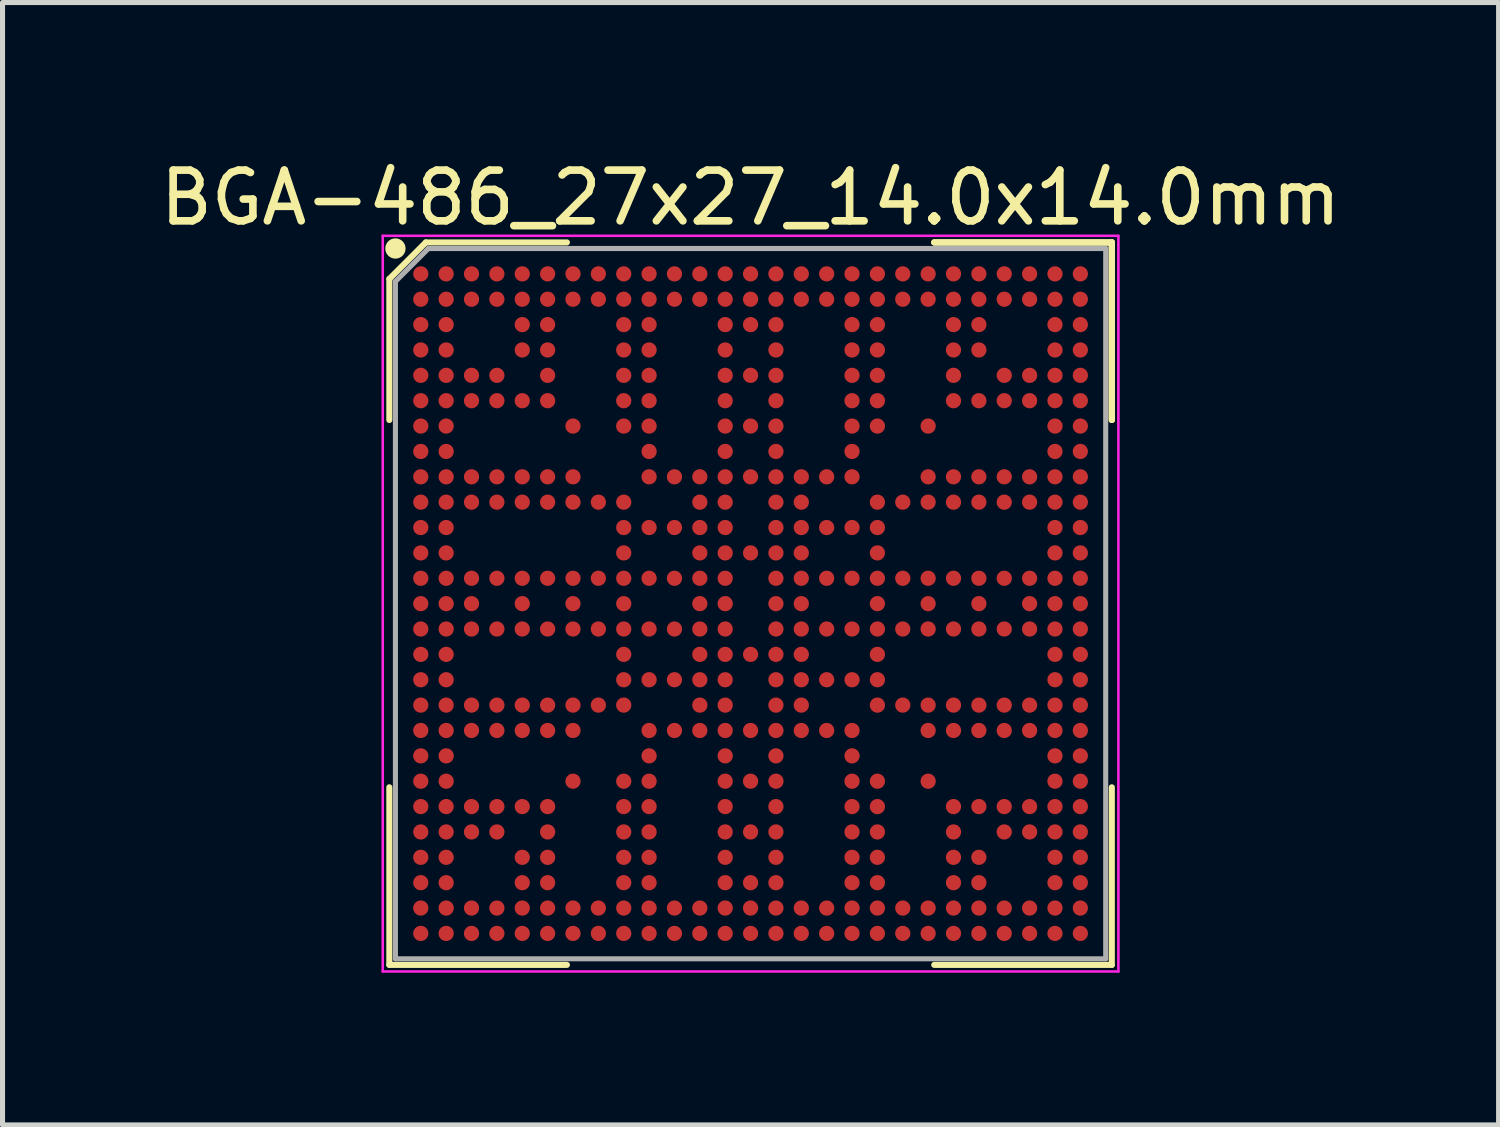
<source format=kicad_pcb>
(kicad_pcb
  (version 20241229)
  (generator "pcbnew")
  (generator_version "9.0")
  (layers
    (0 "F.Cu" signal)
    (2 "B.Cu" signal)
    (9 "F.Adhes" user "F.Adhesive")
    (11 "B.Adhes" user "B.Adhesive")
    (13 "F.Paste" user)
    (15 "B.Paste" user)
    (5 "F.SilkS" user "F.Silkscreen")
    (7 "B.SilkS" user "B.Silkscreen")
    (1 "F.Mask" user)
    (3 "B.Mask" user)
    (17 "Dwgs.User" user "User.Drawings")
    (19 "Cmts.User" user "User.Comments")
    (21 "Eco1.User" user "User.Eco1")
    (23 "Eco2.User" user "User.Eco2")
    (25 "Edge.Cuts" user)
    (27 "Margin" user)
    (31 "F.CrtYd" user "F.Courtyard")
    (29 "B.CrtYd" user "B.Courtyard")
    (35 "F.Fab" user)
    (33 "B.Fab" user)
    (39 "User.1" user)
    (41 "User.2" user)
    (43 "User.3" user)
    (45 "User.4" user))
  (footprint "BGA-486_27x27_14.0x14.0mm"
    (layer "F.Cu")
    (at 11.744 8.848)
    (property "Reference" "BGA-486_27x27_14.0x14.0mm" (at 0 -8 0) (layer "F.SilkS") (effects (font (size 1 1) (thickness 0.15))))
    (attr through_hole)
    (fp_line (start -7.12 -6.4) (end -7.12 -3.62) (stroke (width 0.12) (type solid)) (layer "F.SilkS"))
    (fp_line (start -7.12 7.12) (end -7.12 3.62) (stroke (width 0.12) (type solid)) (layer "F.SilkS"))
    (fp_line (start -6.4 -7.12) (end -7.12 -6.4) (stroke (width 0.12) (type solid)) (layer "F.SilkS"))
    (fp_line (start -3.62 -7.12) (end -6.4 -7.12) (stroke (width 0.12) (type solid)) (layer "F.SilkS"))
    (fp_line (start -3.62 7.12) (end -7.12 7.12) (stroke (width 0.12) (type solid)) (layer "F.SilkS"))
    (fp_line (start 3.62 -7.12) (end 7.12 -7.12) (stroke (width 0.12) (type solid)) (layer "F.SilkS"))
    (fp_line (start 3.62 -7.12) (end 7.12 -7.12) (stroke (width 0.12) (type solid)) (layer "F.SilkS"))
    (fp_line (start 3.62 -7.12) (end 7.12 -7.12) (stroke (width 0.12) (type solid)) (layer "F.SilkS"))
    (fp_line (start 3.62 7.12) (end 7.12 7.12) (stroke (width 0.12) (type solid)) (layer "F.SilkS"))
    (fp_line (start 7.12 -7.12) (end 7.12 -3.62) (stroke (width 0.12) (type solid)) (layer "F.SilkS"))
    (fp_line (start 7.12 -7.12) (end 7.12 -3.62) (stroke (width 0.12) (type solid)) (layer "F.SilkS"))
    (fp_line (start 7.12 -7.12) (end 7.12 -3.62) (stroke (width 0.12) (type solid)) (layer "F.SilkS"))
    (fp_line (start 7.12 7.12) (end 7.12 3.62) (stroke (width 0.12) (type solid)) (layer "F.SilkS"))
    (fp_circle (center -7 -7) (end -7 -6.9) (stroke (width 0.2) (type solid)) (fill no) (layer "F.SilkS"))
    (fp_line (start -7.25 -7.25) (end 7.25 -7.25) (stroke (width 0.05) (type solid)) (layer "F.CrtYd"))
    (fp_line (start -7.25 7.25) (end -7.25 -7.25) (stroke (width 0.05) (type solid)) (layer "F.CrtYd"))
    (fp_line (start 7.25 -7.25) (end 7.25 7.25) (stroke (width 0.05) (type solid)) (layer "F.CrtYd"))
    (fp_line (start 7.25 7.25) (end -7.25 7.25) (stroke (width 0.05) (type solid)) (layer "F.CrtYd"))
    (fp_line (start -7 -6.35) (end -7 7) (stroke (width 0.1) (type solid)) (layer "F.Fab"))
    (fp_line (start -7 7) (end 7 7) (stroke (width 0.1) (type solid)) (layer "F.Fab"))
    (fp_line (start -6.35 -7) (end -7 -6.35) (stroke (width 0.1) (type solid)) (layer "F.Fab"))
    (fp_line (start 7 -7) (end -6.35 -7) (stroke (width 0.1) (type solid)) (layer "F.Fab"))
    (fp_line (start 7 7) (end 7 -7) (stroke (width 0.1) (type solid)) (layer "F.Fab"))
    (pad "A1" smd circle (at -6.5 -6.5) (size 0.3 0.3) (layers "F.Cu" "F.Mask" "F.Paste"))
    (pad "A2" smd circle (at -6 -6.5) (size 0.3 0.3) (layers "F.Cu" "F.Mask" "F.Paste"))
    (pad "A3" smd circle (at -5.5 -6.5) (size 0.3 0.3) (layers "F.Cu" "F.Mask" "F.Paste"))
    (pad "A4" smd circle (at -5 -6.5) (size 0.3 0.3) (layers "F.Cu" "F.Mask" "F.Paste"))
    (pad "A5" smd circle (at -4.5 -6.5) (size 0.3 0.3) (layers "F.Cu" "F.Mask" "F.Paste"))
    (pad "A6" smd circle (at -4 -6.5) (size 0.3 0.3) (layers "F.Cu" "F.Mask" "F.Paste"))
    (pad "A7" smd circle (at -3.5 -6.5) (size 0.3 0.3) (layers "F.Cu" "F.Mask" "F.Paste"))
    (pad "A8" smd circle (at -3 -6.5) (size 0.3 0.3) (layers "F.Cu" "F.Mask" "F.Paste"))
    (pad "A9" smd circle (at -2.5 -6.5) (size 0.3 0.3) (layers "F.Cu" "F.Mask" "F.Paste"))
    (pad "A10" smd circle (at -2 -6.5) (size 0.3 0.3) (layers "F.Cu" "F.Mask" "F.Paste"))
    (pad "A11" smd circle (at -1.5 -6.5) (size 0.3 0.3) (layers "F.Cu" "F.Mask" "F.Paste"))
    (pad "A12" smd circle (at -1 -6.5) (size 0.3 0.3) (layers "F.Cu" "F.Mask" "F.Paste"))
    (pad "A13" smd circle (at -0.5 -6.5) (size 0.3 0.3) (layers "F.Cu" "F.Mask" "F.Paste"))
    (pad "A14" smd circle (at 0 -6.5) (size 0.3 0.3) (layers "F.Cu" "F.Mask" "F.Paste"))
    (pad "A15" smd circle (at 0.5 -6.5) (size 0.3 0.3) (layers "F.Cu" "F.Mask" "F.Paste"))
    (pad "A16" smd circle (at 1 -6.5) (size 0.3 0.3) (layers "F.Cu" "F.Mask" "F.Paste"))
    (pad "A17" smd circle (at 1.5 -6.5) (size 0.3 0.3) (layers "F.Cu" "F.Mask" "F.Paste"))
    (pad "A18" smd circle (at 2 -6.5) (size 0.3 0.3) (layers "F.Cu" "F.Mask" "F.Paste"))
    (pad "A19" smd circle (at 2.5 -6.5) (size 0.3 0.3) (layers "F.Cu" "F.Mask" "F.Paste"))
    (pad "A20" smd circle (at 3 -6.5) (size 0.3 0.3) (layers "F.Cu" "F.Mask" "F.Paste"))
    (pad "A21" smd circle (at 3.5 -6.5) (size 0.3 0.3) (layers "F.Cu" "F.Mask" "F.Paste"))
    (pad "A22" smd circle (at 4 -6.5) (size 0.3 0.3) (layers "F.Cu" "F.Mask" "F.Paste"))
    (pad "A23" smd circle (at 4.5 -6.5) (size 0.3 0.3) (layers "F.Cu" "F.Mask" "F.Paste"))
    (pad "A24" smd circle (at 5 -6.5) (size 0.3 0.3) (layers "F.Cu" "F.Mask" "F.Paste"))
    (pad "A25" smd circle (at 5.5 -6.5) (size 0.3 0.3) (layers "F.Cu" "F.Mask" "F.Paste"))
    (pad "A26" smd circle (at 6 -6.5) (size 0.3 0.3) (layers "F.Cu" "F.Mask" "F.Paste"))
    (pad "A27" smd circle (at 6.5 -6.5) (size 0.3 0.3) (layers "F.Cu" "F.Mask" "F.Paste"))
    (pad "AA1" smd circle (at -6.5 3.5) (size 0.3 0.3) (layers "F.Cu" "F.Mask" "F.Paste"))
    (pad "AA2" smd circle (at -6 3.5) (size 0.3 0.3) (layers "F.Cu" "F.Mask" "F.Paste"))
    (pad "AA7" smd circle (at -3.5 3.5) (size 0.3 0.3) (layers "F.Cu" "F.Mask" "F.Paste"))
    (pad "AA9" smd circle (at -2.5 3.5) (size 0.3 0.3) (layers "F.Cu" "F.Mask" "F.Paste"))
    (pad "AA10" smd circle (at -2 3.5) (size 0.3 0.3) (layers "F.Cu" "F.Mask" "F.Paste"))
    (pad "AA13" smd circle (at -0.5 3.5) (size 0.3 0.3) (layers "F.Cu" "F.Mask" "F.Paste"))
    (pad "AA14" smd circle (at 0 3.5) (size 0.3 0.3) (layers "F.Cu" "F.Mask" "F.Paste"))
    (pad "AA15" smd circle (at 0.5 3.5) (size 0.3 0.3) (layers "F.Cu" "F.Mask" "F.Paste"))
    (pad "AA18" smd circle (at 2 3.5) (size 0.3 0.3) (layers "F.Cu" "F.Mask" "F.Paste"))
    (pad "AA19" smd circle (at 2.5 3.5) (size 0.3 0.3) (layers "F.Cu" "F.Mask" "F.Paste"))
    (pad "AA21" smd circle (at 3.5 3.5) (size 0.3 0.3) (layers "F.Cu" "F.Mask" "F.Paste"))
    (pad "AA26" smd circle (at 6 3.5) (size 0.3 0.3) (layers "F.Cu" "F.Mask" "F.Paste"))
    (pad "AA27" smd circle (at 6.5 3.5) (size 0.3 0.3) (layers "F.Cu" "F.Mask" "F.Paste"))
    (pad "AB1" smd circle (at -6.5 4) (size 0.3 0.3) (layers "F.Cu" "F.Mask" "F.Paste"))
    (pad "AB2" smd circle (at -6 4) (size 0.3 0.3) (layers "F.Cu" "F.Mask" "F.Paste"))
    (pad "AB3" smd circle (at -5.5 4) (size 0.3 0.3) (layers "F.Cu" "F.Mask" "F.Paste"))
    (pad "AB4" smd circle (at -5 4) (size 0.3 0.3) (layers "F.Cu" "F.Mask" "F.Paste"))
    (pad "AB5" smd circle (at -4.5 4) (size 0.3 0.3) (layers "F.Cu" "F.Mask" "F.Paste"))
    (pad "AB6" smd circle (at -4 4) (size 0.3 0.3) (layers "F.Cu" "F.Mask" "F.Paste"))
    (pad "AB9" smd circle (at -2.5 4) (size 0.3 0.3) (layers "F.Cu" "F.Mask" "F.Paste"))
    (pad "AB10" smd circle (at -2 4) (size 0.3 0.3) (layers "F.Cu" "F.Mask" "F.Paste"))
    (pad "AB13" smd circle (at -0.5 4) (size 0.3 0.3) (layers "F.Cu" "F.Mask" "F.Paste"))
    (pad "AB15" smd circle (at 0.5 4) (size 0.3 0.3) (layers "F.Cu" "F.Mask" "F.Paste"))
    (pad "AB18" smd circle (at 2 4) (size 0.3 0.3) (layers "F.Cu" "F.Mask" "F.Paste"))
    (pad "AB19" smd circle (at 2.5 4) (size 0.3 0.3) (layers "F.Cu" "F.Mask" "F.Paste"))
    (pad "AB22" smd circle (at 4 4) (size 0.3 0.3) (layers "F.Cu" "F.Mask" "F.Paste"))
    (pad "AB23" smd circle (at 4.5 4) (size 0.3 0.3) (layers "F.Cu" "F.Mask" "F.Paste"))
    (pad "AB24" smd circle (at 5 4) (size 0.3 0.3) (layers "F.Cu" "F.Mask" "F.Paste"))
    (pad "AB25" smd circle (at 5.5 4) (size 0.3 0.3) (layers "F.Cu" "F.Mask" "F.Paste"))
    (pad "AB26" smd circle (at 6 4) (size 0.3 0.3) (layers "F.Cu" "F.Mask" "F.Paste"))
    (pad "AB27" smd circle (at 6.5 4) (size 0.3 0.3) (layers "F.Cu" "F.Mask" "F.Paste"))
    (pad "AC1" smd circle (at -6.5 4.5) (size 0.3 0.3) (layers "F.Cu" "F.Mask" "F.Paste"))
    (pad "AC2" smd circle (at -6 4.5) (size 0.3 0.3) (layers "F.Cu" "F.Mask" "F.Paste"))
    (pad "AC3" smd circle (at -5.5 4.5) (size 0.3 0.3) (layers "F.Cu" "F.Mask" "F.Paste"))
    (pad "AC4" smd circle (at -5 4.5) (size 0.3 0.3) (layers "F.Cu" "F.Mask" "F.Paste"))
    (pad "AC6" smd circle (at -4 4.5) (size 0.3 0.3) (layers "F.Cu" "F.Mask" "F.Paste"))
    (pad "AC9" smd circle (at -2.5 4.5) (size 0.3 0.3) (layers "F.Cu" "F.Mask" "F.Paste"))
    (pad "AC10" smd circle (at -2 4.5) (size 0.3 0.3) (layers "F.Cu" "F.Mask" "F.Paste"))
    (pad "AC13" smd circle (at -0.5 4.5) (size 0.3 0.3) (layers "F.Cu" "F.Mask" "F.Paste"))
    (pad "AC14" smd circle (at 0 4.5) (size 0.3 0.3) (layers "F.Cu" "F.Mask" "F.Paste"))
    (pad "AC15" smd circle (at 0.5 4.5) (size 0.3 0.3) (layers "F.Cu" "F.Mask" "F.Paste"))
    (pad "AC18" smd circle (at 2 4.5) (size 0.3 0.3) (layers "F.Cu" "F.Mask" "F.Paste"))
    (pad "AC19" smd circle (at 2.5 4.5) (size 0.3 0.3) (layers "F.Cu" "F.Mask" "F.Paste"))
    (pad "AC22" smd circle (at 4 4.5) (size 0.3 0.3) (layers "F.Cu" "F.Mask" "F.Paste"))
    (pad "AC24" smd circle (at 5 4.5) (size 0.3 0.3) (layers "F.Cu" "F.Mask" "F.Paste"))
    (pad "AC25" smd circle (at 5.5 4.5) (size 0.3 0.3) (layers "F.Cu" "F.Mask" "F.Paste"))
    (pad "AC26" smd circle (at 6 4.5) (size 0.3 0.3) (layers "F.Cu" "F.Mask" "F.Paste"))
    (pad "AC27" smd circle (at 6.5 4.5) (size 0.3 0.3) (layers "F.Cu" "F.Mask" "F.Paste"))
    (pad "AD1" smd circle (at -6.5 5) (size 0.3 0.3) (layers "F.Cu" "F.Mask" "F.Paste"))
    (pad "AD2" smd circle (at -6 5) (size 0.3 0.3) (layers "F.Cu" "F.Mask" "F.Paste"))
    (pad "AD5" smd circle (at -4.5 5) (size 0.3 0.3) (layers "F.Cu" "F.Mask" "F.Paste"))
    (pad "AD6" smd circle (at -4 5) (size 0.3 0.3) (layers "F.Cu" "F.Mask" "F.Paste"))
    (pad "AD9" smd circle (at -2.5 5) (size 0.3 0.3) (layers "F.Cu" "F.Mask" "F.Paste"))
    (pad "AD10" smd circle (at -2 5) (size 0.3 0.3) (layers "F.Cu" "F.Mask" "F.Paste"))
    (pad "AD13" smd circle (at -0.5 5) (size 0.3 0.3) (layers "F.Cu" "F.Mask" "F.Paste"))
    (pad "AD15" smd circle (at 0.5 5) (size 0.3 0.3) (layers "F.Cu" "F.Mask" "F.Paste"))
    (pad "AD18" smd circle (at 2 5) (size 0.3 0.3) (layers "F.Cu" "F.Mask" "F.Paste"))
    (pad "AD19" smd circle (at 2.5 5) (size 0.3 0.3) (layers "F.Cu" "F.Mask" "F.Paste"))
    (pad "AD22" smd circle (at 4 5) (size 0.3 0.3) (layers "F.Cu" "F.Mask" "F.Paste"))
    (pad "AD23" smd circle (at 4.5 5) (size 0.3 0.3) (layers "F.Cu" "F.Mask" "F.Paste"))
    (pad "AD26" smd circle (at 6 5) (size 0.3 0.3) (layers "F.Cu" "F.Mask" "F.Paste"))
    (pad "AD27" smd circle (at 6.5 5) (size 0.3 0.3) (layers "F.Cu" "F.Mask" "F.Paste"))
    (pad "AE1" smd circle (at -6.5 5.5) (size 0.3 0.3) (layers "F.Cu" "F.Mask" "F.Paste"))
    (pad "AE2" smd circle (at -6 5.5) (size 0.3 0.3) (layers "F.Cu" "F.Mask" "F.Paste"))
    (pad "AE5" smd circle (at -4.5 5.5) (size 0.3 0.3) (layers "F.Cu" "F.Mask" "F.Paste"))
    (pad "AE6" smd circle (at -4 5.5) (size 0.3 0.3) (layers "F.Cu" "F.Mask" "F.Paste"))
    (pad "AE9" smd circle (at -2.5 5.5) (size 0.3 0.3) (layers "F.Cu" "F.Mask" "F.Paste"))
    (pad "AE10" smd circle (at -2 5.5) (size 0.3 0.3) (layers "F.Cu" "F.Mask" "F.Paste"))
    (pad "AE13" smd circle (at -0.5 5.5) (size 0.3 0.3) (layers "F.Cu" "F.Mask" "F.Paste"))
    (pad "AE14" smd circle (at 0 5.5) (size 0.3 0.3) (layers "F.Cu" "F.Mask" "F.Paste"))
    (pad "AE15" smd circle (at 0.5 5.5) (size 0.3 0.3) (layers "F.Cu" "F.Mask" "F.Paste"))
    (pad "AE18" smd circle (at 2 5.5) (size 0.3 0.3) (layers "F.Cu" "F.Mask" "F.Paste"))
    (pad "AE19" smd circle (at 2.5 5.5) (size 0.3 0.3) (layers "F.Cu" "F.Mask" "F.Paste"))
    (pad "AE22" smd circle (at 4 5.5) (size 0.3 0.3) (layers "F.Cu" "F.Mask" "F.Paste"))
    (pad "AE23" smd circle (at 4.5 5.5) (size 0.3 0.3) (layers "F.Cu" "F.Mask" "F.Paste"))
    (pad "AE26" smd circle (at 6 5.5) (size 0.3 0.3) (layers "F.Cu" "F.Mask" "F.Paste"))
    (pad "AE27" smd circle (at 6.5 5.5) (size 0.3 0.3) (layers "F.Cu" "F.Mask" "F.Paste"))
    (pad "AF1" smd circle (at -6.5 6) (size 0.3 0.3) (layers "F.Cu" "F.Mask" "F.Paste"))
    (pad "AF2" smd circle (at -6 6) (size 0.3 0.3) (layers "F.Cu" "F.Mask" "F.Paste"))
    (pad "AF3" smd circle (at -5.5 6) (size 0.3 0.3) (layers "F.Cu" "F.Mask" "F.Paste"))
    (pad "AF4" smd circle (at -5 6) (size 0.3 0.3) (layers "F.Cu" "F.Mask" "F.Paste"))
    (pad "AF5" smd circle (at -4.5 6) (size 0.3 0.3) (layers "F.Cu" "F.Mask" "F.Paste"))
    (pad "AF6" smd circle (at -4 6) (size 0.3 0.3) (layers "F.Cu" "F.Mask" "F.Paste"))
    (pad "AF7" smd circle (at -3.5 6) (size 0.3 0.3) (layers "F.Cu" "F.Mask" "F.Paste"))
    (pad "AF8" smd circle (at -3 6) (size 0.3 0.3) (layers "F.Cu" "F.Mask" "F.Paste"))
    (pad "AF9" smd circle (at -2.5 6) (size 0.3 0.3) (layers "F.Cu" "F.Mask" "F.Paste"))
    (pad "AF10" smd circle (at -2 6) (size 0.3 0.3) (layers "F.Cu" "F.Mask" "F.Paste"))
    (pad "AF11" smd circle (at -1.5 6) (size 0.3 0.3) (layers "F.Cu" "F.Mask" "F.Paste"))
    (pad "AF12" smd circle (at -1 6) (size 0.3 0.3) (layers "F.Cu" "F.Mask" "F.Paste"))
    (pad "AF13" smd circle (at -0.5 6) (size 0.3 0.3) (layers "F.Cu" "F.Mask" "F.Paste"))
    (pad "AF14" smd circle (at 0 6) (size 0.3 0.3) (layers "F.Cu" "F.Mask" "F.Paste"))
    (pad "AF15" smd circle (at 0.5 6) (size 0.3 0.3) (layers "F.Cu" "F.Mask" "F.Paste"))
    (pad "AF16" smd circle (at 1 6) (size 0.3 0.3) (layers "F.Cu" "F.Mask" "F.Paste"))
    (pad "AF17" smd circle (at 1.5 6) (size 0.3 0.3) (layers "F.Cu" "F.Mask" "F.Paste"))
    (pad "AF18" smd circle (at 2 6) (size 0.3 0.3) (layers "F.Cu" "F.Mask" "F.Paste"))
    (pad "AF19" smd circle (at 2.5 6) (size 0.3 0.3) (layers "F.Cu" "F.Mask" "F.Paste"))
    (pad "AF20" smd circle (at 3 6) (size 0.3 0.3) (layers "F.Cu" "F.Mask" "F.Paste"))
    (pad "AF21" smd circle (at 3.5 6) (size 0.3 0.3) (layers "F.Cu" "F.Mask" "F.Paste"))
    (pad "AF22" smd circle (at 4 6) (size 0.3 0.3) (layers "F.Cu" "F.Mask" "F.Paste"))
    (pad "AF23" smd circle (at 4.5 6) (size 0.3 0.3) (layers "F.Cu" "F.Mask" "F.Paste"))
    (pad "AF24" smd circle (at 5 6) (size 0.3 0.3) (layers "F.Cu" "F.Mask" "F.Paste"))
    (pad "AF25" smd circle (at 5.5 6) (size 0.3 0.3) (layers "F.Cu" "F.Mask" "F.Paste"))
    (pad "AF26" smd circle (at 6 6) (size 0.3 0.3) (layers "F.Cu" "F.Mask" "F.Paste"))
    (pad "AF27" smd circle (at 6.5 6) (size 0.3 0.3) (layers "F.Cu" "F.Mask" "F.Paste"))
    (pad "AG1" smd circle (at -6.5 6.5) (size 0.3 0.3) (layers "F.Cu" "F.Mask" "F.Paste"))
    (pad "AG2" smd circle (at -6 6.5) (size 0.3 0.3) (layers "F.Cu" "F.Mask" "F.Paste"))
    (pad "AG3" smd circle (at -5.5 6.5) (size 0.3 0.3) (layers "F.Cu" "F.Mask" "F.Paste"))
    (pad "AG4" smd circle (at -5 6.5) (size 0.3 0.3) (layers "F.Cu" "F.Mask" "F.Paste"))
    (pad "AG5" smd circle (at -4.5 6.5) (size 0.3 0.3) (layers "F.Cu" "F.Mask" "F.Paste"))
    (pad "AG6" smd circle (at -4 6.5) (size 0.3 0.3) (layers "F.Cu" "F.Mask" "F.Paste"))
    (pad "AG7" smd circle (at -3.5 6.5) (size 0.3 0.3) (layers "F.Cu" "F.Mask" "F.Paste"))
    (pad "AG8" smd circle (at -3 6.5) (size 0.3 0.3) (layers "F.Cu" "F.Mask" "F.Paste"))
    (pad "AG9" smd circle (at -2.5 6.5) (size 0.3 0.3) (layers "F.Cu" "F.Mask" "F.Paste"))
    (pad "AG10" smd circle (at -2 6.5) (size 0.3 0.3) (layers "F.Cu" "F.Mask" "F.Paste"))
    (pad "AG11" smd circle (at -1.5 6.5) (size 0.3 0.3) (layers "F.Cu" "F.Mask" "F.Paste"))
    (pad "AG12" smd circle (at -1 6.5) (size 0.3 0.3) (layers "F.Cu" "F.Mask" "F.Paste"))
    (pad "AG13" smd circle (at -0.5 6.5) (size 0.3 0.3) (layers "F.Cu" "F.Mask" "F.Paste"))
    (pad "AG14" smd circle (at 0 6.5) (size 0.3 0.3) (layers "F.Cu" "F.Mask" "F.Paste"))
    (pad "AG15" smd circle (at 0.5 6.5) (size 0.3 0.3) (layers "F.Cu" "F.Mask" "F.Paste"))
    (pad "AG16" smd circle (at 1 6.5) (size 0.3 0.3) (layers "F.Cu" "F.Mask" "F.Paste"))
    (pad "AG17" smd circle (at 1.5 6.5) (size 0.3 0.3) (layers "F.Cu" "F.Mask" "F.Paste"))
    (pad "AG18" smd circle (at 2 6.5) (size 0.3 0.3) (layers "F.Cu" "F.Mask" "F.Paste"))
    (pad "AG19" smd circle (at 2.5 6.5) (size 0.3 0.3) (layers "F.Cu" "F.Mask" "F.Paste"))
    (pad "AG20" smd circle (at 3 6.5) (size 0.3 0.3) (layers "F.Cu" "F.Mask" "F.Paste"))
    (pad "AG21" smd circle (at 3.5 6.5) (size 0.3 0.3) (layers "F.Cu" "F.Mask" "F.Paste"))
    (pad "AG22" smd circle (at 4 6.5) (size 0.3 0.3) (layers "F.Cu" "F.Mask" "F.Paste"))
    (pad "AG23" smd circle (at 4.5 6.5) (size 0.3 0.3) (layers "F.Cu" "F.Mask" "F.Paste"))
    (pad "AG24" smd circle (at 5 6.5) (size 0.3 0.3) (layers "F.Cu" "F.Mask" "F.Paste"))
    (pad "AG25" smd circle (at 5.5 6.5) (size 0.3 0.3) (layers "F.Cu" "F.Mask" "F.Paste"))
    (pad "AG26" smd circle (at 6 6.5) (size 0.3 0.3) (layers "F.Cu" "F.Mask" "F.Paste"))
    (pad "AG27" smd circle (at 6.5 6.5) (size 0.3 0.3) (layers "F.Cu" "F.Mask" "F.Paste"))
    (pad "B1" smd circle (at -6.5 -6) (size 0.3 0.3) (layers "F.Cu" "F.Mask" "F.Paste"))
    (pad "B2" smd circle (at -6 -6) (size 0.3 0.3) (layers "F.Cu" "F.Mask" "F.Paste"))
    (pad "B3" smd circle (at -5.5 -6) (size 0.3 0.3) (layers "F.Cu" "F.Mask" "F.Paste"))
    (pad "B4" smd circle (at -5 -6) (size 0.3 0.3) (layers "F.Cu" "F.Mask" "F.Paste"))
    (pad "B5" smd circle (at -4.5 -6) (size 0.3 0.3) (layers "F.Cu" "F.Mask" "F.Paste"))
    (pad "B6" smd circle (at -4 -6) (size 0.3 0.3) (layers "F.Cu" "F.Mask" "F.Paste"))
    (pad "B7" smd circle (at -3.5 -6) (size 0.3 0.3) (layers "F.Cu" "F.Mask" "F.Paste"))
    (pad "B8" smd circle (at -3 -6) (size 0.3 0.3) (layers "F.Cu" "F.Mask" "F.Paste"))
    (pad "B9" smd circle (at -2.5 -6) (size 0.3 0.3) (layers "F.Cu" "F.Mask" "F.Paste"))
    (pad "B10" smd circle (at -2 -6) (size 0.3 0.3) (layers "F.Cu" "F.Mask" "F.Paste"))
    (pad "B11" smd circle (at -1.5 -6) (size 0.3 0.3) (layers "F.Cu" "F.Mask" "F.Paste"))
    (pad "B12" smd circle (at -1 -6) (size 0.3 0.3) (layers "F.Cu" "F.Mask" "F.Paste"))
    (pad "B13" smd circle (at -0.5 -6) (size 0.3 0.3) (layers "F.Cu" "F.Mask" "F.Paste"))
    (pad "B14" smd circle (at 0 -6) (size 0.3 0.3) (layers "F.Cu" "F.Mask" "F.Paste"))
    (pad "B15" smd circle (at 0.5 -6) (size 0.3 0.3) (layers "F.Cu" "F.Mask" "F.Paste"))
    (pad "B16" smd circle (at 1 -6) (size 0.3 0.3) (layers "F.Cu" "F.Mask" "F.Paste"))
    (pad "B17" smd circle (at 1.5 -6) (size 0.3 0.3) (layers "F.Cu" "F.Mask" "F.Paste"))
    (pad "B18" smd circle (at 2 -6) (size 0.3 0.3) (layers "F.Cu" "F.Mask" "F.Paste"))
    (pad "B19" smd circle (at 2.5 -6) (size 0.3 0.3) (layers "F.Cu" "F.Mask" "F.Paste"))
    (pad "B20" smd circle (at 3 -6) (size 0.3 0.3) (layers "F.Cu" "F.Mask" "F.Paste"))
    (pad "B21" smd circle (at 3.5 -6) (size 0.3 0.3) (layers "F.Cu" "F.Mask" "F.Paste"))
    (pad "B22" smd circle (at 4 -6) (size 0.3 0.3) (layers "F.Cu" "F.Mask" "F.Paste"))
    (pad "B23" smd circle (at 4.5 -6) (size 0.3 0.3) (layers "F.Cu" "F.Mask" "F.Paste"))
    (pad "B24" smd circle (at 5 -6) (size 0.3 0.3) (layers "F.Cu" "F.Mask" "F.Paste"))
    (pad "B25" smd circle (at 5.5 -6) (size 0.3 0.3) (layers "F.Cu" "F.Mask" "F.Paste"))
    (pad "B26" smd circle (at 6 -6) (size 0.3 0.3) (layers "F.Cu" "F.Mask" "F.Paste"))
    (pad "B27" smd circle (at 6.5 -6) (size 0.3 0.3) (layers "F.Cu" "F.Mask" "F.Paste"))
    (pad "C1" smd circle (at -6.5 -5.5) (size 0.3 0.3) (layers "F.Cu" "F.Mask" "F.Paste"))
    (pad "C2" smd circle (at -6 -5.5) (size 0.3 0.3) (layers "F.Cu" "F.Mask" "F.Paste"))
    (pad "C5" smd circle (at -4.5 -5.5) (size 0.3 0.3) (layers "F.Cu" "F.Mask" "F.Paste"))
    (pad "C6" smd circle (at -4 -5.5) (size 0.3 0.3) (layers "F.Cu" "F.Mask" "F.Paste"))
    (pad "C9" smd circle (at -2.5 -5.5) (size 0.3 0.3) (layers "F.Cu" "F.Mask" "F.Paste"))
    (pad "C10" smd circle (at -2 -5.5) (size 0.3 0.3) (layers "F.Cu" "F.Mask" "F.Paste"))
    (pad "C13" smd circle (at -0.5 -5.5) (size 0.3 0.3) (layers "F.Cu" "F.Mask" "F.Paste"))
    (pad "C14" smd circle (at 0 -5.5) (size 0.3 0.3) (layers "F.Cu" "F.Mask" "F.Paste"))
    (pad "C15" smd circle (at 0.5 -5.5) (size 0.3 0.3) (layers "F.Cu" "F.Mask" "F.Paste"))
    (pad "C18" smd circle (at 2 -5.5) (size 0.3 0.3) (layers "F.Cu" "F.Mask" "F.Paste"))
    (pad "C19" smd circle (at 2.5 -5.5) (size 0.3 0.3) (layers "F.Cu" "F.Mask" "F.Paste"))
    (pad "C22" smd circle (at 4 -5.5) (size 0.3 0.3) (layers "F.Cu" "F.Mask" "F.Paste"))
    (pad "C23" smd circle (at 4.5 -5.5) (size 0.3 0.3) (layers "F.Cu" "F.Mask" "F.Paste"))
    (pad "C26" smd circle (at 6 -5.5) (size 0.3 0.3) (layers "F.Cu" "F.Mask" "F.Paste"))
    (pad "C27" smd circle (at 6.5 -5.5) (size 0.3 0.3) (layers "F.Cu" "F.Mask" "F.Paste"))
    (pad "D1" smd circle (at -6.5 -5) (size 0.3 0.3) (layers "F.Cu" "F.Mask" "F.Paste"))
    (pad "D2" smd circle (at -6 -5) (size 0.3 0.3) (layers "F.Cu" "F.Mask" "F.Paste"))
    (pad "D5" smd circle (at -4.5 -5) (size 0.3 0.3) (layers "F.Cu" "F.Mask" "F.Paste"))
    (pad "D6" smd circle (at -4 -5) (size 0.3 0.3) (layers "F.Cu" "F.Mask" "F.Paste"))
    (pad "D9" smd circle (at -2.5 -5) (size 0.3 0.3) (layers "F.Cu" "F.Mask" "F.Paste"))
    (pad "D10" smd circle (at -2 -5) (size 0.3 0.3) (layers "F.Cu" "F.Mask" "F.Paste"))
    (pad "D13" smd circle (at -0.5 -5) (size 0.3 0.3) (layers "F.Cu" "F.Mask" "F.Paste"))
    (pad "D15" smd circle (at 0.5 -5) (size 0.3 0.3) (layers "F.Cu" "F.Mask" "F.Paste"))
    (pad "D18" smd circle (at 2 -5) (size 0.3 0.3) (layers "F.Cu" "F.Mask" "F.Paste"))
    (pad "D19" smd circle (at 2.5 -5) (size 0.3 0.3) (layers "F.Cu" "F.Mask" "F.Paste"))
    (pad "D22" smd circle (at 4 -5) (size 0.3 0.3) (layers "F.Cu" "F.Mask" "F.Paste"))
    (pad "D23" smd circle (at 4.5 -5) (size 0.3 0.3) (layers "F.Cu" "F.Mask" "F.Paste"))
    (pad "D26" smd circle (at 6 -5) (size 0.3 0.3) (layers "F.Cu" "F.Mask" "F.Paste"))
    (pad "D27" smd circle (at 6.5 -5) (size 0.3 0.3) (layers "F.Cu" "F.Mask" "F.Paste"))
    (pad "E1" smd circle (at -6.5 -4.5) (size 0.3 0.3) (layers "F.Cu" "F.Mask" "F.Paste"))
    (pad "E2" smd circle (at -6 -4.5) (size 0.3 0.3) (layers "F.Cu" "F.Mask" "F.Paste"))
    (pad "E3" smd circle (at -5.5 -4.5) (size 0.3 0.3) (layers "F.Cu" "F.Mask" "F.Paste"))
    (pad "E4" smd circle (at -5 -4.5) (size 0.3 0.3) (layers "F.Cu" "F.Mask" "F.Paste"))
    (pad "E6" smd circle (at -4 -4.5) (size 0.3 0.3) (layers "F.Cu" "F.Mask" "F.Paste"))
    (pad "E9" smd circle (at -2.5 -4.5) (size 0.3 0.3) (layers "F.Cu" "F.Mask" "F.Paste"))
    (pad "E10" smd circle (at -2 -4.5) (size 0.3 0.3) (layers "F.Cu" "F.Mask" "F.Paste"))
    (pad "E13" smd circle (at -0.5 -4.5) (size 0.3 0.3) (layers "F.Cu" "F.Mask" "F.Paste"))
    (pad "E14" smd circle (at 0 -4.5) (size 0.3 0.3) (layers "F.Cu" "F.Mask" "F.Paste"))
    (pad "E15" smd circle (at 0.5 -4.5) (size 0.3 0.3) (layers "F.Cu" "F.Mask" "F.Paste"))
    (pad "E18" smd circle (at 2 -4.5) (size 0.3 0.3) (layers "F.Cu" "F.Mask" "F.Paste"))
    (pad "E19" smd circle (at 2.5 -4.5) (size 0.3 0.3) (layers "F.Cu" "F.Mask" "F.Paste"))
    (pad "E22" smd circle (at 4 -4.5) (size 0.3 0.3) (layers "F.Cu" "F.Mask" "F.Paste"))
    (pad "E24" smd circle (at 5 -4.5) (size 0.3 0.3) (layers "F.Cu" "F.Mask" "F.Paste"))
    (pad "E25" smd circle (at 5.5 -4.5) (size 0.3 0.3) (layers "F.Cu" "F.Mask" "F.Paste"))
    (pad "E26" smd circle (at 6 -4.5) (size 0.3 0.3) (layers "F.Cu" "F.Mask" "F.Paste"))
    (pad "E27" smd circle (at 6.5 -4.5) (size 0.3 0.3) (layers "F.Cu" "F.Mask" "F.Paste"))
    (pad "F1" smd circle (at -6.5 -4) (size 0.3 0.3) (layers "F.Cu" "F.Mask" "F.Paste"))
    (pad "F2" smd circle (at -6 -4) (size 0.3 0.3) (layers "F.Cu" "F.Mask" "F.Paste"))
    (pad "F3" smd circle (at -5.5 -4) (size 0.3 0.3) (layers "F.Cu" "F.Mask" "F.Paste"))
    (pad "F4" smd circle (at -5 -4) (size 0.3 0.3) (layers "F.Cu" "F.Mask" "F.Paste"))
    (pad "F5" smd circle (at -4.5 -4) (size 0.3 0.3) (layers "F.Cu" "F.Mask" "F.Paste"))
    (pad "F6" smd circle (at -4 -4) (size 0.3 0.3) (layers "F.Cu" "F.Mask" "F.Paste"))
    (pad "F9" smd circle (at -2.5 -4) (size 0.3 0.3) (layers "F.Cu" "F.Mask" "F.Paste"))
    (pad "F10" smd circle (at -2 -4) (size 0.3 0.3) (layers "F.Cu" "F.Mask" "F.Paste"))
    (pad "F13" smd circle (at -0.5 -4) (size 0.3 0.3) (layers "F.Cu" "F.Mask" "F.Paste"))
    (pad "F15" smd circle (at 0.5 -4) (size 0.3 0.3) (layers "F.Cu" "F.Mask" "F.Paste"))
    (pad "F18" smd circle (at 2 -4) (size 0.3 0.3) (layers "F.Cu" "F.Mask" "F.Paste"))
    (pad "F19" smd circle (at 2.5 -4) (size 0.3 0.3) (layers "F.Cu" "F.Mask" "F.Paste"))
    (pad "F22" smd circle (at 4 -4) (size 0.3 0.3) (layers "F.Cu" "F.Mask" "F.Paste"))
    (pad "F23" smd circle (at 4.5 -4) (size 0.3 0.3) (layers "F.Cu" "F.Mask" "F.Paste"))
    (pad "F24" smd circle (at 5 -4) (size 0.3 0.3) (layers "F.Cu" "F.Mask" "F.Paste"))
    (pad "F25" smd circle (at 5.5 -4) (size 0.3 0.3) (layers "F.Cu" "F.Mask" "F.Paste"))
    (pad "F26" smd circle (at 6 -4) (size 0.3 0.3) (layers "F.Cu" "F.Mask" "F.Paste"))
    (pad "F27" smd circle (at 6.5 -4) (size 0.3 0.3) (layers "F.Cu" "F.Mask" "F.Paste"))
    (pad "G1" smd circle (at -6.5 -3.5) (size 0.3 0.3) (layers "F.Cu" "F.Mask" "F.Paste"))
    (pad "G2" smd circle (at -6 -3.5) (size 0.3 0.3) (layers "F.Cu" "F.Mask" "F.Paste"))
    (pad "G7" smd circle (at -3.5 -3.5) (size 0.3 0.3) (layers "F.Cu" "F.Mask" "F.Paste"))
    (pad "G9" smd circle (at -2.5 -3.5) (size 0.3 0.3) (layers "F.Cu" "F.Mask" "F.Paste"))
    (pad "G10" smd circle (at -2 -3.5) (size 0.3 0.3) (layers "F.Cu" "F.Mask" "F.Paste"))
    (pad "G13" smd circle (at -0.5 -3.5) (size 0.3 0.3) (layers "F.Cu" "F.Mask" "F.Paste"))
    (pad "G14" smd circle (at 0 -3.5) (size 0.3 0.3) (layers "F.Cu" "F.Mask" "F.Paste"))
    (pad "G15" smd circle (at 0.5 -3.5) (size 0.3 0.3) (layers "F.Cu" "F.Mask" "F.Paste"))
    (pad "G18" smd circle (at 2 -3.5) (size 0.3 0.3) (layers "F.Cu" "F.Mask" "F.Paste"))
    (pad "G19" smd circle (at 2.5 -3.5) (size 0.3 0.3) (layers "F.Cu" "F.Mask" "F.Paste"))
    (pad "G21" smd circle (at 3.5 -3.5) (size 0.3 0.3) (layers "F.Cu" "F.Mask" "F.Paste"))
    (pad "G26" smd circle (at 6 -3.5) (size 0.3 0.3) (layers "F.Cu" "F.Mask" "F.Paste"))
    (pad "G27" smd circle (at 6.5 -3.5) (size 0.3 0.3) (layers "F.Cu" "F.Mask" "F.Paste"))
    (pad "H1" smd circle (at -6.5 -3) (size 0.3 0.3) (layers "F.Cu" "F.Mask" "F.Paste"))
    (pad "H2" smd circle (at -6 -3) (size 0.3 0.3) (layers "F.Cu" "F.Mask" "F.Paste"))
    (pad "H10" smd circle (at -2 -3) (size 0.3 0.3) (layers "F.Cu" "F.Mask" "F.Paste"))
    (pad "H13" smd circle (at -0.5 -3) (size 0.3 0.3) (layers "F.Cu" "F.Mask" "F.Paste"))
    (pad "H15" smd circle (at 0.5 -3) (size 0.3 0.3) (layers "F.Cu" "F.Mask" "F.Paste"))
    (pad "H18" smd circle (at 2 -3) (size 0.3 0.3) (layers "F.Cu" "F.Mask" "F.Paste"))
    (pad "H26" smd circle (at 6 -3) (size 0.3 0.3) (layers "F.Cu" "F.Mask" "F.Paste"))
    (pad "H27" smd circle (at 6.5 -3) (size 0.3 0.3) (layers "F.Cu" "F.Mask" "F.Paste"))
    (pad "J1" smd circle (at -6.5 -2.5) (size 0.3 0.3) (layers "F.Cu" "F.Mask" "F.Paste"))
    (pad "J2" smd circle (at -6 -2.5) (size 0.3 0.3) (layers "F.Cu" "F.Mask" "F.Paste"))
    (pad "J3" smd circle (at -5.5 -2.5) (size 0.3 0.3) (layers "F.Cu" "F.Mask" "F.Paste"))
    (pad "J4" smd circle (at -5 -2.5) (size 0.3 0.3) (layers "F.Cu" "F.Mask" "F.Paste"))
    (pad "J5" smd circle (at -4.5 -2.5) (size 0.3 0.3) (layers "F.Cu" "F.Mask" "F.Paste"))
    (pad "J6" smd circle (at -4 -2.5) (size 0.3 0.3) (layers "F.Cu" "F.Mask" "F.Paste"))
    (pad "J7" smd circle (at -3.5 -2.5) (size 0.3 0.3) (layers "F.Cu" "F.Mask" "F.Paste"))
    (pad "J10" smd circle (at -2 -2.5) (size 0.3 0.3) (layers "F.Cu" "F.Mask" "F.Paste"))
    (pad "J11" smd circle (at -1.5 -2.5) (size 0.3 0.3) (layers "F.Cu" "F.Mask" "F.Paste"))
    (pad "J12" smd circle (at -1 -2.5) (size 0.3 0.3) (layers "F.Cu" "F.Mask" "F.Paste"))
    (pad "J13" smd circle (at -0.5 -2.5) (size 0.3 0.3) (layers "F.Cu" "F.Mask" "F.Paste"))
    (pad "J14" smd circle (at 0 -2.5) (size 0.3 0.3) (layers "F.Cu" "F.Mask" "F.Paste"))
    (pad "J15" smd circle (at 0.5 -2.5) (size 0.3 0.3) (layers "F.Cu" "F.Mask" "F.Paste"))
    (pad "J16" smd circle (at 1 -2.5) (size 0.3 0.3) (layers "F.Cu" "F.Mask" "F.Paste"))
    (pad "J17" smd circle (at 1.5 -2.5) (size 0.3 0.3) (layers "F.Cu" "F.Mask" "F.Paste"))
    (pad "J18" smd circle (at 2 -2.5) (size 0.3 0.3) (layers "F.Cu" "F.Mask" "F.Paste"))
    (pad "J21" smd circle (at 3.5 -2.5) (size 0.3 0.3) (layers "F.Cu" "F.Mask" "F.Paste"))
    (pad "J22" smd circle (at 4 -2.5) (size 0.3 0.3) (layers "F.Cu" "F.Mask" "F.Paste"))
    (pad "J23" smd circle (at 4.5 -2.5) (size 0.3 0.3) (layers "F.Cu" "F.Mask" "F.Paste"))
    (pad "J24" smd circle (at 5 -2.5) (size 0.3 0.3) (layers "F.Cu" "F.Mask" "F.Paste"))
    (pad "J25" smd circle (at 5.5 -2.5) (size 0.3 0.3) (layers "F.Cu" "F.Mask" "F.Paste"))
    (pad "J26" smd circle (at 6 -2.5) (size 0.3 0.3) (layers "F.Cu" "F.Mask" "F.Paste"))
    (pad "J27" smd circle (at 6.5 -2.5) (size 0.3 0.3) (layers "F.Cu" "F.Mask" "F.Paste"))
    (pad "K1" smd circle (at -6.5 -2) (size 0.3 0.3) (layers "F.Cu" "F.Mask" "F.Paste"))
    (pad "K2" smd circle (at -6 -2) (size 0.3 0.3) (layers "F.Cu" "F.Mask" "F.Paste"))
    (pad "K3" smd circle (at -5.5 -2) (size 0.3 0.3) (layers "F.Cu" "F.Mask" "F.Paste"))
    (pad "K4" smd circle (at -5 -2) (size 0.3 0.3) (layers "F.Cu" "F.Mask" "F.Paste"))
    (pad "K5" smd circle (at -4.5 -2) (size 0.3 0.3) (layers "F.Cu" "F.Mask" "F.Paste"))
    (pad "K6" smd circle (at -4 -2) (size 0.3 0.3) (layers "F.Cu" "F.Mask" "F.Paste"))
    (pad "K7" smd circle (at -3.5 -2) (size 0.3 0.3) (layers "F.Cu" "F.Mask" "F.Paste"))
    (pad "K8" smd circle (at -3 -2) (size 0.3 0.3) (layers "F.Cu" "F.Mask" "F.Paste"))
    (pad "K9" smd circle (at -2.5 -2) (size 0.3 0.3) (layers "F.Cu" "F.Mask" "F.Paste"))
    (pad "K12" smd circle (at -1 -2) (size 0.3 0.3) (layers "F.Cu" "F.Mask" "F.Paste"))
    (pad "K13" smd circle (at -0.5 -2) (size 0.3 0.3) (layers "F.Cu" "F.Mask" "F.Paste"))
    (pad "K15" smd circle (at 0.5 -2) (size 0.3 0.3) (layers "F.Cu" "F.Mask" "F.Paste"))
    (pad "K16" smd circle (at 1 -2) (size 0.3 0.3) (layers "F.Cu" "F.Mask" "F.Paste"))
    (pad "K19" smd circle (at 2.5 -2) (size 0.3 0.3) (layers "F.Cu" "F.Mask" "F.Paste"))
    (pad "K20" smd circle (at 3 -2) (size 0.3 0.3) (layers "F.Cu" "F.Mask" "F.Paste"))
    (pad "K21" smd circle (at 3.5 -2) (size 0.3 0.3) (layers "F.Cu" "F.Mask" "F.Paste"))
    (pad "K22" smd circle (at 4 -2) (size 0.3 0.3) (layers "F.Cu" "F.Mask" "F.Paste"))
    (pad "K23" smd circle (at 4.5 -2) (size 0.3 0.3) (layers "F.Cu" "F.Mask" "F.Paste"))
    (pad "K24" smd circle (at 5 -2) (size 0.3 0.3) (layers "F.Cu" "F.Mask" "F.Paste"))
    (pad "K25" smd circle (at 5.5 -2) (size 0.3 0.3) (layers "F.Cu" "F.Mask" "F.Paste"))
    (pad "K26" smd circle (at 6 -2) (size 0.3 0.3) (layers "F.Cu" "F.Mask" "F.Paste"))
    (pad "K27" smd circle (at 6.5 -2) (size 0.3 0.3) (layers "F.Cu" "F.Mask" "F.Paste"))
    (pad "L1" smd circle (at -6.5 -1.5) (size 0.3 0.3) (layers "F.Cu" "F.Mask" "F.Paste"))
    (pad "L2" smd circle (at -6 -1.5) (size 0.3 0.3) (layers "F.Cu" "F.Mask" "F.Paste"))
    (pad "L9" smd circle (at -2.5 -1.5) (size 0.3 0.3) (layers "F.Cu" "F.Mask" "F.Paste"))
    (pad "L10" smd circle (at -2 -1.5) (size 0.3 0.3) (layers "F.Cu" "F.Mask" "F.Paste"))
    (pad "L11" smd circle (at -1.5 -1.5) (size 0.3 0.3) (layers "F.Cu" "F.Mask" "F.Paste"))
    (pad "L12" smd circle (at -1 -1.5) (size 0.3 0.3) (layers "F.Cu" "F.Mask" "F.Paste"))
    (pad "L13" smd circle (at -0.5 -1.5) (size 0.3 0.3) (layers "F.Cu" "F.Mask" "F.Paste"))
    (pad "L15" smd circle (at 0.5 -1.5) (size 0.3 0.3) (layers "F.Cu" "F.Mask" "F.Paste"))
    (pad "L16" smd circle (at 1 -1.5) (size 0.3 0.3) (layers "F.Cu" "F.Mask" "F.Paste"))
    (pad "L17" smd circle (at 1.5 -1.5) (size 0.3 0.3) (layers "F.Cu" "F.Mask" "F.Paste"))
    (pad "L18" smd circle (at 2 -1.5) (size 0.3 0.3) (layers "F.Cu" "F.Mask" "F.Paste"))
    (pad "L19" smd circle (at 2.5 -1.5) (size 0.3 0.3) (layers "F.Cu" "F.Mask" "F.Paste"))
    (pad "L26" smd circle (at 6 -1.5) (size 0.3 0.3) (layers "F.Cu" "F.Mask" "F.Paste"))
    (pad "L27" smd circle (at 6.5 -1.5) (size 0.3 0.3) (layers "F.Cu" "F.Mask" "F.Paste"))
    (pad "M1" smd circle (at -6.5 -1) (size 0.3 0.3) (layers "F.Cu" "F.Mask" "F.Paste"))
    (pad "M2" smd circle (at -6 -1) (size 0.3 0.3) (layers "F.Cu" "F.Mask" "F.Paste"))
    (pad "M9" smd circle (at -2.5 -1) (size 0.3 0.3) (layers "F.Cu" "F.Mask" "F.Paste"))
    (pad "M12" smd circle (at -1 -1) (size 0.3 0.3) (layers "F.Cu" "F.Mask" "F.Paste"))
    (pad "M13" smd circle (at -0.5 -1) (size 0.3 0.3) (layers "F.Cu" "F.Mask" "F.Paste"))
    (pad "M14" smd circle (at 0 -1) (size 0.3 0.3) (layers "F.Cu" "F.Mask" "F.Paste"))
    (pad "M15" smd circle (at 0.5 -1) (size 0.3 0.3) (layers "F.Cu" "F.Mask" "F.Paste"))
    (pad "M16" smd circle (at 1 -1) (size 0.3 0.3) (layers "F.Cu" "F.Mask" "F.Paste"))
    (pad "M19" smd circle (at 2.5 -1) (size 0.3 0.3) (layers "F.Cu" "F.Mask" "F.Paste"))
    (pad "M26" smd circle (at 6 -1) (size 0.3 0.3) (layers "F.Cu" "F.Mask" "F.Paste"))
    (pad "M27" smd circle (at 6.5 -1) (size 0.3 0.3) (layers "F.Cu" "F.Mask" "F.Paste"))
    (pad "N1" smd circle (at -6.5 -0.5) (size 0.3 0.3) (layers "F.Cu" "F.Mask" "F.Paste"))
    (pad "N2" smd circle (at -6 -0.5) (size 0.3 0.3) (layers "F.Cu" "F.Mask" "F.Paste"))
    (pad "N3" smd circle (at -5.5 -0.5) (size 0.3 0.3) (layers "F.Cu" "F.Mask" "F.Paste"))
    (pad "N4" smd circle (at -5 -0.5) (size 0.3 0.3) (layers "F.Cu" "F.Mask" "F.Paste"))
    (pad "N5" smd circle (at -4.5 -0.5) (size 0.3 0.3) (layers "F.Cu" "F.Mask" "F.Paste"))
    (pad "N6" smd circle (at -4 -0.5) (size 0.3 0.3) (layers "F.Cu" "F.Mask" "F.Paste"))
    (pad "N7" smd circle (at -3.5 -0.5) (size 0.3 0.3) (layers "F.Cu" "F.Mask" "F.Paste"))
    (pad "N8" smd circle (at -3 -0.5) (size 0.3 0.3) (layers "F.Cu" "F.Mask" "F.Paste"))
    (pad "N9" smd circle (at -2.5 -0.5) (size 0.3 0.3) (layers "F.Cu" "F.Mask" "F.Paste"))
    (pad "N10" smd circle (at -2 -0.5) (size 0.3 0.3) (layers "F.Cu" "F.Mask" "F.Paste"))
    (pad "N11" smd circle (at -1.5 -0.5) (size 0.3 0.3) (layers "F.Cu" "F.Mask" "F.Paste"))
    (pad "N12" smd circle (at -1 -0.5) (size 0.3 0.3) (layers "F.Cu" "F.Mask" "F.Paste"))
    (pad "N13" smd circle (at -0.5 -0.5) (size 0.3 0.3) (layers "F.Cu" "F.Mask" "F.Paste"))
    (pad "N15" smd circle (at 0.5 -0.5) (size 0.3 0.3) (layers "F.Cu" "F.Mask" "F.Paste"))
    (pad "N16" smd circle (at 1 -0.5) (size 0.3 0.3) (layers "F.Cu" "F.Mask" "F.Paste"))
    (pad "N17" smd circle (at 1.5 -0.5) (size 0.3 0.3) (layers "F.Cu" "F.Mask" "F.Paste"))
    (pad "N18" smd circle (at 2 -0.5) (size 0.3 0.3) (layers "F.Cu" "F.Mask" "F.Paste"))
    (pad "N19" smd circle (at 2.5 -0.5) (size 0.3 0.3) (layers "F.Cu" "F.Mask" "F.Paste"))
    (pad "N20" smd circle (at 3 -0.5) (size 0.3 0.3) (layers "F.Cu" "F.Mask" "F.Paste"))
    (pad "N21" smd circle (at 3.5 -0.5) (size 0.3 0.3) (layers "F.Cu" "F.Mask" "F.Paste"))
    (pad "N22" smd circle (at 4 -0.5) (size 0.3 0.3) (layers "F.Cu" "F.Mask" "F.Paste"))
    (pad "N23" smd circle (at 4.5 -0.5) (size 0.3 0.3) (layers "F.Cu" "F.Mask" "F.Paste"))
    (pad "N24" smd circle (at 5 -0.5) (size 0.3 0.3) (layers "F.Cu" "F.Mask" "F.Paste"))
    (pad "N25" smd circle (at 5.5 -0.5) (size 0.3 0.3) (layers "F.Cu" "F.Mask" "F.Paste"))
    (pad "N26" smd circle (at 6 -0.5) (size 0.3 0.3) (layers "F.Cu" "F.Mask" "F.Paste"))
    (pad "N27" smd circle (at 6.5 -0.5) (size 0.3 0.3) (layers "F.Cu" "F.Mask" "F.Paste"))
    (pad "P1" smd circle (at -6.5 0) (size 0.3 0.3) (layers "F.Cu" "F.Mask" "F.Paste"))
    (pad "P2" smd circle (at -6 0) (size 0.3 0.3) (layers "F.Cu" "F.Mask" "F.Paste"))
    (pad "P3" smd circle (at -5.5 0) (size 0.3 0.3) (layers "F.Cu" "F.Mask" "F.Paste"))
    (pad "P5" smd circle (at -4.5 0) (size 0.3 0.3) (layers "F.Cu" "F.Mask" "F.Paste"))
    (pad "P7" smd circle (at -3.5 0) (size 0.3 0.3) (layers "F.Cu" "F.Mask" "F.Paste"))
    (pad "P9" smd circle (at -2.5 0) (size 0.3 0.3) (layers "F.Cu" "F.Mask" "F.Paste"))
    (pad "P12" smd circle (at -1 0) (size 0.3 0.3) (layers "F.Cu" "F.Mask" "F.Paste"))
    (pad "P13" smd circle (at -0.5 0) (size 0.3 0.3) (layers "F.Cu" "F.Mask" "F.Paste"))
    (pad "P15" smd circle (at 0.5 0) (size 0.3 0.3) (layers "F.Cu" "F.Mask" "F.Paste"))
    (pad "P16" smd circle (at 1 0) (size 0.3 0.3) (layers "F.Cu" "F.Mask" "F.Paste"))
    (pad "P19" smd circle (at 2.5 0) (size 0.3 0.3) (layers "F.Cu" "F.Mask" "F.Paste"))
    (pad "P21" smd circle (at 3.5 0) (size 0.3 0.3) (layers "F.Cu" "F.Mask" "F.Paste"))
    (pad "P23" smd circle (at 4.5 0) (size 0.3 0.3) (layers "F.Cu" "F.Mask" "F.Paste"))
    (pad "P25" smd circle (at 5.5 0) (size 0.3 0.3) (layers "F.Cu" "F.Mask" "F.Paste"))
    (pad "P26" smd circle (at 6 0) (size 0.3 0.3) (layers "F.Cu" "F.Mask" "F.Paste"))
    (pad "P27" smd circle (at 6.5 0) (size 0.3 0.3) (layers "F.Cu" "F.Mask" "F.Paste"))
    (pad "R1" smd circle (at -6.5 0.5) (size 0.3 0.3) (layers "F.Cu" "F.Mask" "F.Paste"))
    (pad "R2" smd circle (at -6 0.5) (size 0.3 0.3) (layers "F.Cu" "F.Mask" "F.Paste"))
    (pad "R3" smd circle (at -5.5 0.5) (size 0.3 0.3) (layers "F.Cu" "F.Mask" "F.Paste"))
    (pad "R4" smd circle (at -5 0.5) (size 0.3 0.3) (layers "F.Cu" "F.Mask" "F.Paste"))
    (pad "R5" smd circle (at -4.5 0.5) (size 0.3 0.3) (layers "F.Cu" "F.Mask" "F.Paste"))
    (pad "R6" smd circle (at -4 0.5) (size 0.3 0.3) (layers "F.Cu" "F.Mask" "F.Paste"))
    (pad "R7" smd circle (at -3.5 0.5) (size 0.3 0.3) (layers "F.Cu" "F.Mask" "F.Paste"))
    (pad "R8" smd circle (at -3 0.5) (size 0.3 0.3) (layers "F.Cu" "F.Mask" "F.Paste"))
    (pad "R9" smd circle (at -2.5 0.5) (size 0.3 0.3) (layers "F.Cu" "F.Mask" "F.Paste"))
    (pad "R10" smd circle (at -2 0.5) (size 0.3 0.3) (layers "F.Cu" "F.Mask" "F.Paste"))
    (pad "R11" smd circle (at -1.5 0.5) (size 0.3 0.3) (layers "F.Cu" "F.Mask" "F.Paste"))
    (pad "R12" smd circle (at -1 0.5) (size 0.3 0.3) (layers "F.Cu" "F.Mask" "F.Paste"))
    (pad "R13" smd circle (at -0.5 0.5) (size 0.3 0.3) (layers "F.Cu" "F.Mask" "F.Paste"))
    (pad "R15" smd circle (at 0.5 0.5) (size 0.3 0.3) (layers "F.Cu" "F.Mask" "F.Paste"))
    (pad "R16" smd circle (at 1 0.5) (size 0.3 0.3) (layers "F.Cu" "F.Mask" "F.Paste"))
    (pad "R17" smd circle (at 1.5 0.5) (size 0.3 0.3) (layers "F.Cu" "F.Mask" "F.Paste"))
    (pad "R18" smd circle (at 2 0.5) (size 0.3 0.3) (layers "F.Cu" "F.Mask" "F.Paste"))
    (pad "R19" smd circle (at 2.5 0.5) (size 0.3 0.3) (layers "F.Cu" "F.Mask" "F.Paste"))
    (pad "R20" smd circle (at 3 0.5) (size 0.3 0.3) (layers "F.Cu" "F.Mask" "F.Paste"))
    (pad "R21" smd circle (at 3.5 0.5) (size 0.3 0.3) (layers "F.Cu" "F.Mask" "F.Paste"))
    (pad "R22" smd circle (at 4 0.5) (size 0.3 0.3) (layers "F.Cu" "F.Mask" "F.Paste"))
    (pad "R23" smd circle (at 4.5 0.5) (size 0.3 0.3) (layers "F.Cu" "F.Mask" "F.Paste"))
    (pad "R24" smd circle (at 5 0.5) (size 0.3 0.3) (layers "F.Cu" "F.Mask" "F.Paste"))
    (pad "R25" smd circle (at 5.5 0.5) (size 0.3 0.3) (layers "F.Cu" "F.Mask" "F.Paste"))
    (pad "R26" smd circle (at 6 0.5) (size 0.3 0.3) (layers "F.Cu" "F.Mask" "F.Paste"))
    (pad "R27" smd circle (at 6.5 0.5) (size 0.3 0.3) (layers "F.Cu" "F.Mask" "F.Paste"))
    (pad "T1" smd circle (at -6.5 1) (size 0.3 0.3) (layers "F.Cu" "F.Mask" "F.Paste"))
    (pad "T2" smd circle (at -6 1) (size 0.3 0.3) (layers "F.Cu" "F.Mask" "F.Paste"))
    (pad "T9" smd circle (at -2.5 1) (size 0.3 0.3) (layers "F.Cu" "F.Mask" "F.Paste"))
    (pad "T12" smd circle (at -1 1) (size 0.3 0.3) (layers "F.Cu" "F.Mask" "F.Paste"))
    (pad "T13" smd circle (at -0.5 1) (size 0.3 0.3) (layers "F.Cu" "F.Mask" "F.Paste"))
    (pad "T14" smd circle (at 0 1) (size 0.3 0.3) (layers "F.Cu" "F.Mask" "F.Paste"))
    (pad "T15" smd circle (at 0.5 1) (size 0.3 0.3) (layers "F.Cu" "F.Mask" "F.Paste"))
    (pad "T16" smd circle (at 1 1) (size 0.3 0.3) (layers "F.Cu" "F.Mask" "F.Paste"))
    (pad "T19" smd circle (at 2.5 1) (size 0.3 0.3) (layers "F.Cu" "F.Mask" "F.Paste"))
    (pad "T26" smd circle (at 6 1) (size 0.3 0.3) (layers "F.Cu" "F.Mask" "F.Paste"))
    (pad "T27" smd circle (at 6.5 1) (size 0.3 0.3) (layers "F.Cu" "F.Mask" "F.Paste"))
    (pad "U1" smd circle (at -6.5 1.5) (size 0.3 0.3) (layers "F.Cu" "F.Mask" "F.Paste"))
    (pad "U2" smd circle (at -6 1.5) (size 0.3 0.3) (layers "F.Cu" "F.Mask" "F.Paste"))
    (pad "U9" smd circle (at -2.5 1.5) (size 0.3 0.3) (layers "F.Cu" "F.Mask" "F.Paste"))
    (pad "U10" smd circle (at -2 1.5) (size 0.3 0.3) (layers "F.Cu" "F.Mask" "F.Paste"))
    (pad "U11" smd circle (at -1.5 1.5) (size 0.3 0.3) (layers "F.Cu" "F.Mask" "F.Paste"))
    (pad "U12" smd circle (at -1 1.5) (size 0.3 0.3) (layers "F.Cu" "F.Mask" "F.Paste"))
    (pad "U13" smd circle (at -0.5 1.5) (size 0.3 0.3) (layers "F.Cu" "F.Mask" "F.Paste"))
    (pad "U15" smd circle (at 0.5 1.5) (size 0.3 0.3) (layers "F.Cu" "F.Mask" "F.Paste"))
    (pad "U16" smd circle (at 1 1.5) (size 0.3 0.3) (layers "F.Cu" "F.Mask" "F.Paste"))
    (pad "U17" smd circle (at 1.5 1.5) (size 0.3 0.3) (layers "F.Cu" "F.Mask" "F.Paste"))
    (pad "U18" smd circle (at 2 1.5) (size 0.3 0.3) (layers "F.Cu" "F.Mask" "F.Paste"))
    (pad "U19" smd circle (at 2.5 1.5) (size 0.3 0.3) (layers "F.Cu" "F.Mask" "F.Paste"))
    (pad "U26" smd circle (at 6 1.5) (size 0.3 0.3) (layers "F.Cu" "F.Mask" "F.Paste"))
    (pad "U27" smd circle (at 6.5 1.5) (size 0.3 0.3) (layers "F.Cu" "F.Mask" "F.Paste"))
    (pad "V1" smd circle (at -6.5 2) (size 0.3 0.3) (layers "F.Cu" "F.Mask" "F.Paste"))
    (pad "V2" smd circle (at -6 2) (size 0.3 0.3) (layers "F.Cu" "F.Mask" "F.Paste"))
    (pad "V3" smd circle (at -5.5 2) (size 0.3 0.3) (layers "F.Cu" "F.Mask" "F.Paste"))
    (pad "V4" smd circle (at -5 2) (size 0.3 0.3) (layers "F.Cu" "F.Mask" "F.Paste"))
    (pad "V5" smd circle (at -4.5 2) (size 0.3 0.3) (layers "F.Cu" "F.Mask" "F.Paste"))
    (pad "V6" smd circle (at -4 2) (size 0.3 0.3) (layers "F.Cu" "F.Mask" "F.Paste"))
    (pad "V7" smd circle (at -3.5 2) (size 0.3 0.3) (layers "F.Cu" "F.Mask" "F.Paste"))
    (pad "V8" smd circle (at -3 2) (size 0.3 0.3) (layers "F.Cu" "F.Mask" "F.Paste"))
    (pad "V9" smd circle (at -2.5 2) (size 0.3 0.3) (layers "F.Cu" "F.Mask" "F.Paste"))
    (pad "V12" smd circle (at -1 2) (size 0.3 0.3) (layers "F.Cu" "F.Mask" "F.Paste"))
    (pad "V13" smd circle (at -0.5 2) (size 0.3 0.3) (layers "F.Cu" "F.Mask" "F.Paste"))
    (pad "V15" smd circle (at 0.5 2) (size 0.3 0.3) (layers "F.Cu" "F.Mask" "F.Paste"))
    (pad "V16" smd circle (at 1 2) (size 0.3 0.3) (layers "F.Cu" "F.Mask" "F.Paste"))
    (pad "V19" smd circle (at 2.5 2) (size 0.3 0.3) (layers "F.Cu" "F.Mask" "F.Paste"))
    (pad "V20" smd circle (at 3 2) (size 0.3 0.3) (layers "F.Cu" "F.Mask" "F.Paste"))
    (pad "V21" smd circle (at 3.5 2) (size 0.3 0.3) (layers "F.Cu" "F.Mask" "F.Paste"))
    (pad "V22" smd circle (at 4 2) (size 0.3 0.3) (layers "F.Cu" "F.Mask" "F.Paste"))
    (pad "V23" smd circle (at 4.5 2) (size 0.3 0.3) (layers "F.Cu" "F.Mask" "F.Paste"))
    (pad "V24" smd circle (at 5 2) (size 0.3 0.3) (layers "F.Cu" "F.Mask" "F.Paste"))
    (pad "V25" smd circle (at 5.5 2) (size 0.3 0.3) (layers "F.Cu" "F.Mask" "F.Paste"))
    (pad "V26" smd circle (at 6 2) (size 0.3 0.3) (layers "F.Cu" "F.Mask" "F.Paste"))
    (pad "V27" smd circle (at 6.5 2) (size 0.3 0.3) (layers "F.Cu" "F.Mask" "F.Paste"))
    (pad "W1" smd circle (at -6.5 2.5) (size 0.3 0.3) (layers "F.Cu" "F.Mask" "F.Paste"))
    (pad "W2" smd circle (at -6 2.5) (size 0.3 0.3) (layers "F.Cu" "F.Mask" "F.Paste"))
    (pad "W3" smd circle (at -5.5 2.5) (size 0.3 0.3) (layers "F.Cu" "F.Mask" "F.Paste"))
    (pad "W4" smd circle (at -5 2.5) (size 0.3 0.3) (layers "F.Cu" "F.Mask" "F.Paste"))
    (pad "W5" smd circle (at -4.5 2.5) (size 0.3 0.3) (layers "F.Cu" "F.Mask" "F.Paste"))
    (pad "W6" smd circle (at -4 2.5) (size 0.3 0.3) (layers "F.Cu" "F.Mask" "F.Paste"))
    (pad "W7" smd circle (at -3.5 2.5) (size 0.3 0.3) (layers "F.Cu" "F.Mask" "F.Paste"))
    (pad "W10" smd circle (at -2 2.5) (size 0.3 0.3) (layers "F.Cu" "F.Mask" "F.Paste"))
    (pad "W11" smd circle (at -1.5 2.5) (size 0.3 0.3) (layers "F.Cu" "F.Mask" "F.Paste"))
    (pad "W12" smd circle (at -1 2.5) (size 0.3 0.3) (layers "F.Cu" "F.Mask" "F.Paste"))
    (pad "W13" smd circle (at -0.5 2.5) (size 0.3 0.3) (layers "F.Cu" "F.Mask" "F.Paste"))
    (pad "W14" smd circle (at 0 2.5) (size 0.3 0.3) (layers "F.Cu" "F.Mask" "F.Paste"))
    (pad "W15" smd circle (at 0.5 2.5) (size 0.3 0.3) (layers "F.Cu" "F.Mask" "F.Paste"))
    (pad "W16" smd circle (at 1 2.5) (size 0.3 0.3) (layers "F.Cu" "F.Mask" "F.Paste"))
    (pad "W17" smd circle (at 1.5 2.5) (size 0.3 0.3) (layers "F.Cu" "F.Mask" "F.Paste"))
    (pad "W18" smd circle (at 2 2.5) (size 0.3 0.3) (layers "F.Cu" "F.Mask" "F.Paste"))
    (pad "W21" smd circle (at 3.5 2.5) (size 0.3 0.3) (layers "F.Cu" "F.Mask" "F.Paste"))
    (pad "W22" smd circle (at 4 2.5) (size 0.3 0.3) (layers "F.Cu" "F.Mask" "F.Paste"))
    (pad "W23" smd circle (at 4.5 2.5) (size 0.3 0.3) (layers "F.Cu" "F.Mask" "F.Paste"))
    (pad "W24" smd circle (at 5 2.5) (size 0.3 0.3) (layers "F.Cu" "F.Mask" "F.Paste"))
    (pad "W25" smd circle (at 5.5 2.5) (size 0.3 0.3) (layers "F.Cu" "F.Mask" "F.Paste"))
    (pad "W26" smd circle (at 6 2.5) (size 0.3 0.3) (layers "F.Cu" "F.Mask" "F.Paste"))
    (pad "W27" smd circle (at 6.5 2.5) (size 0.3 0.3) (layers "F.Cu" "F.Mask" "F.Paste"))
    (pad "Y1" smd circle (at -6.5 3) (size 0.3 0.3) (layers "F.Cu" "F.Mask" "F.Paste"))
    (pad "Y2" smd circle (at -6 3) (size 0.3 0.3) (layers "F.Cu" "F.Mask" "F.Paste"))
    (pad "Y10" smd circle (at -2 3) (size 0.3 0.3) (layers "F.Cu" "F.Mask" "F.Paste"))
    (pad "Y13" smd circle (at -0.5 3) (size 0.3 0.3) (layers "F.Cu" "F.Mask" "F.Paste"))
    (pad "Y15" smd circle (at 0.5 3) (size 0.3 0.3) (layers "F.Cu" "F.Mask" "F.Paste"))
    (pad "Y18" smd circle (at 2 3) (size 0.3 0.3) (layers "F.Cu" "F.Mask" "F.Paste"))
    (pad "Y26" smd circle (at 6 3) (size 0.3 0.3) (layers "F.Cu" "F.Mask" "F.Paste"))
    (pad "Y27" smd circle (at 6.5 3) (size 0.3 0.3) (layers "F.Cu" "F.Mask" "F.Paste")))
  (gr_rect
    (start -3 -3)
    (end 26.488 19.123)
    (stroke (width 0.1) (type default))
    (fill no)
    (layer "Edge.Cuts")))
</source>
